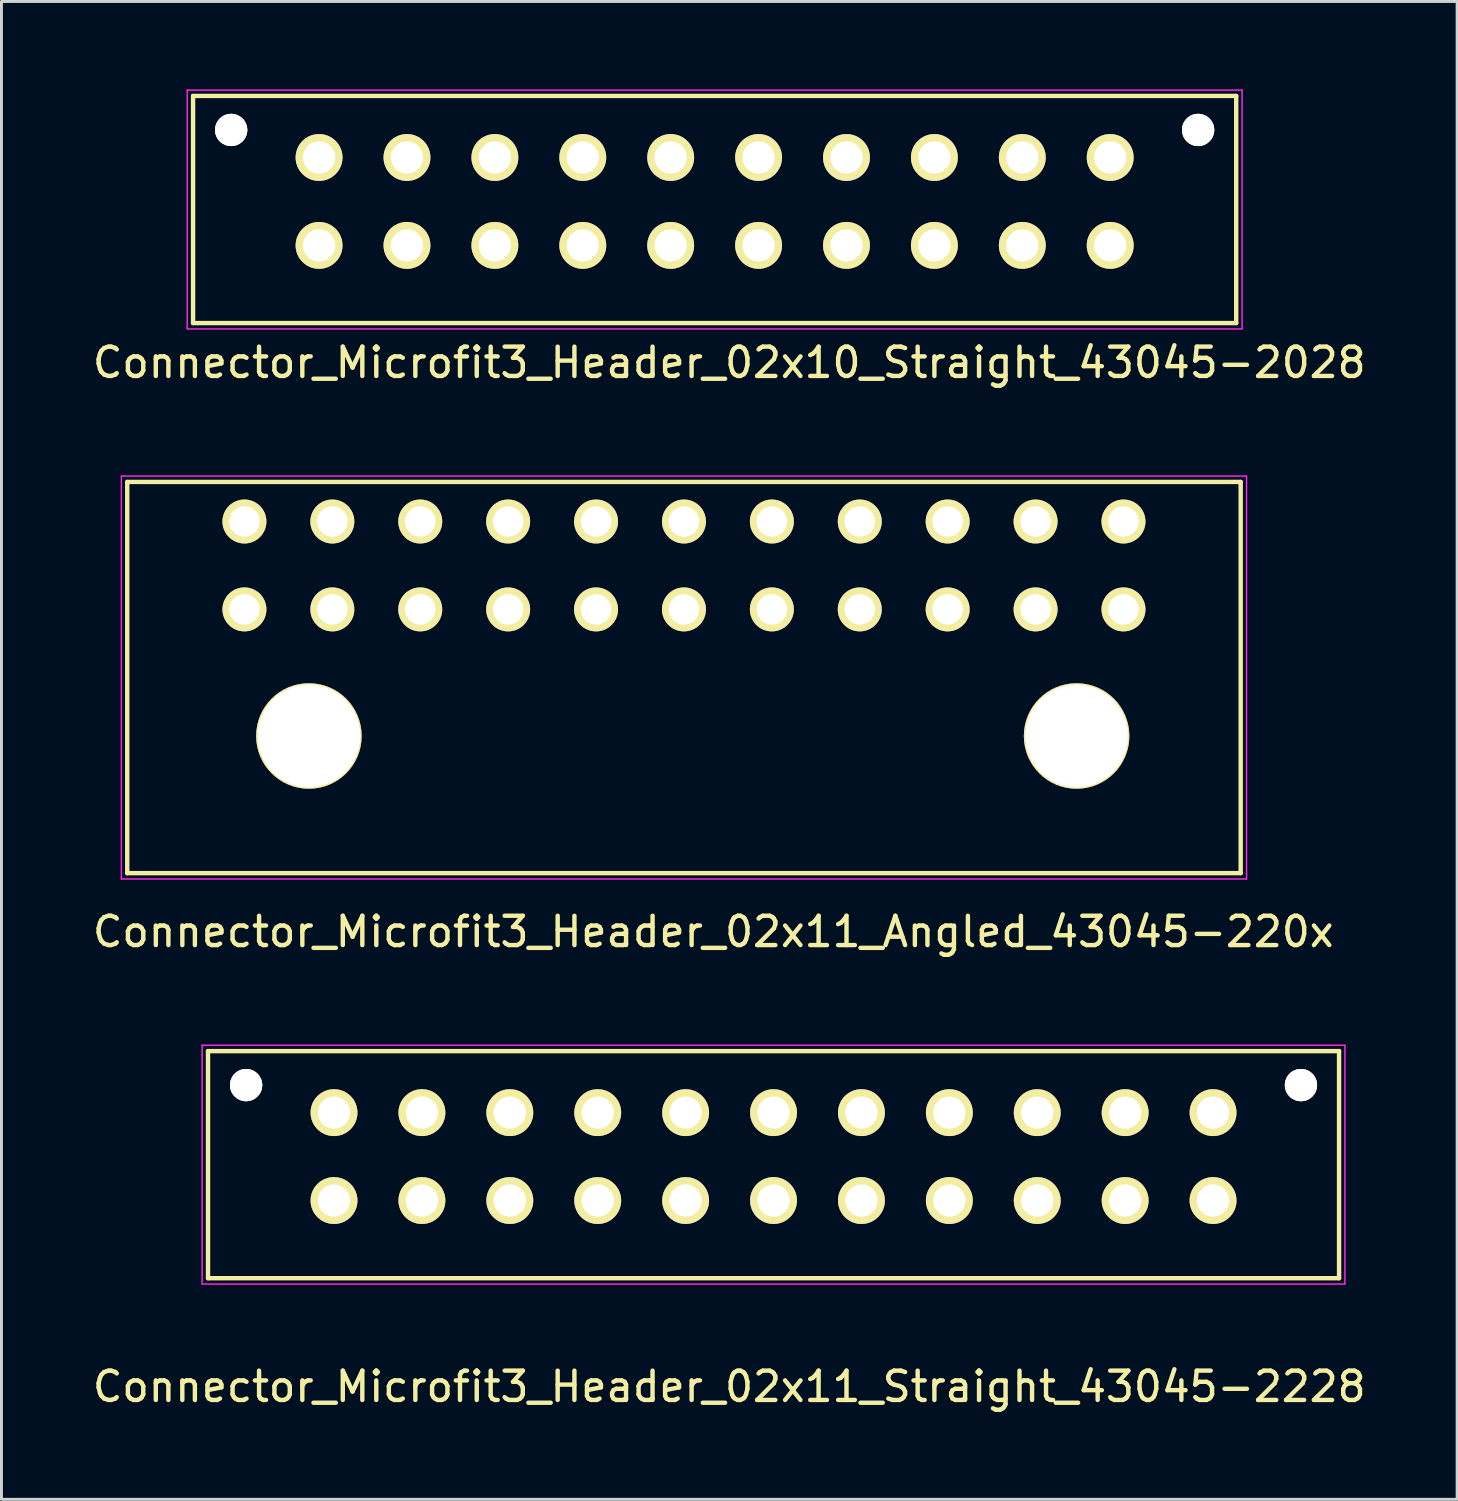
<source format=kicad_pcb>
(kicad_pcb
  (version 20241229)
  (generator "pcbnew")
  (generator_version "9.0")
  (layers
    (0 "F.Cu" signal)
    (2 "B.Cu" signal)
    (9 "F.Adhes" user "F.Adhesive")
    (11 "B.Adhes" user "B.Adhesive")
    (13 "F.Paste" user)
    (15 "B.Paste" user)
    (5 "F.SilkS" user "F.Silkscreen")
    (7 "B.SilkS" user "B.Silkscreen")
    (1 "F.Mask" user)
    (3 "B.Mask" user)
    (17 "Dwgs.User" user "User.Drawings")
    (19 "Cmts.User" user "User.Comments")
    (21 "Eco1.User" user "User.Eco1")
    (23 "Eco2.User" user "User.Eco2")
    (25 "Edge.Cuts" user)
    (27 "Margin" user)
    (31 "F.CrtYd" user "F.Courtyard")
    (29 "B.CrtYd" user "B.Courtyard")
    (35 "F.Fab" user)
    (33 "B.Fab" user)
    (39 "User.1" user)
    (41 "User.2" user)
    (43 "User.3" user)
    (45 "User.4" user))
  (footprint "Connector_Microfit3_Header_02x11_Angled_43045-220x"
    (layer "F.Cu")
    (at 35.292 17.748)
    (property "Reference" "Connector_Microfit3_Header_02x11_Angled_43045-220x" (at -14 11 0) (layer "F.SilkS") (effects (font (size 1 1) (thickness 0.15))))
    (attr through_hole)
    (fp_line (start -34 -4.35) (end 4 -4.35) (stroke (width 0.15) (type solid)) (layer "F.SilkS"))
    (fp_line (start -34 9) (end -34 -4.35) (stroke (width 0.15) (type solid)) (layer "F.SilkS"))
    (fp_line (start 4 -4.35) (end 4 9) (stroke (width 0.15) (type solid)) (layer "F.SilkS"))
    (fp_line (start 4 9) (end -34 9) (stroke (width 0.15) (type solid)) (layer "F.SilkS"))
    (fp_line (start -34.2 -4.55) (end -34.2 9.2) (stroke (width 0.05) (type solid)) (layer "F.CrtYd"))
    (fp_line (start -34.2 9.2) (end 4.2 9.2) (stroke (width 0.05) (type solid)) (layer "F.CrtYd"))
    (fp_line (start 4.2 -4.55) (end -34.2 -4.55) (stroke (width 0.05) (type solid)) (layer "F.CrtYd"))
    (fp_line (start 4.2 9.2) (end 4.2 -4.55) (stroke (width 0.05) (type solid)) (layer "F.CrtYd"))
    (pad "" thru_hole circle (at -27.8 4.32) (size 3.6 3.6) (drill 3.5) (layers "*.Cu" "*.Mask" "F.SilkS"))
    (pad "" thru_hole circle (at -1.6 4.32) (size 3.6 3.6) (drill 3.5) (layers "*.Cu" "*.Mask" "F.SilkS"))
    (pad "1" thru_hole circle (at 0 0) (size 1.5 1.5) (drill 1.04) (layers "*.Cu" "*.Mask" "F.SilkS"))
    (pad "2" thru_hole circle (at -3 0) (size 1.5 1.5) (drill 1.04) (layers "*.Cu" "*.Mask" "F.SilkS"))
    (pad "3" thru_hole circle (at -6 0) (size 1.5 1.5) (drill 1.04) (layers "*.Cu" "*.Mask" "F.SilkS"))
    (pad "4" thru_hole circle (at -9 0) (size 1.5 1.5) (drill 1.04) (layers "*.Cu" "*.Mask" "F.SilkS"))
    (pad "5" thru_hole circle (at -12 0) (size 1.5 1.5) (drill 1.04) (layers "*.Cu" "*.Mask" "F.SilkS"))
    (pad "6" thru_hole circle (at -15 0) (size 1.5 1.5) (drill 1.04) (layers "*.Cu" "*.Mask" "F.SilkS"))
    (pad "7" thru_hole circle (at -18 0) (size 1.5 1.5) (drill 1.04) (layers "*.Cu" "*.Mask" "F.SilkS"))
    (pad "8" thru_hole circle (at -21 0) (size 1.5 1.5) (drill 1.04) (layers "*.Cu" "*.Mask" "F.SilkS"))
    (pad "9" thru_hole circle (at -24 0) (size 1.5 1.5) (drill 1.04) (layers "*.Cu" "*.Mask" "F.SilkS"))
    (pad "10" thru_hole circle (at -27 0) (size 1.5 1.5) (drill 1.04) (layers "*.Cu" "*.Mask" "F.SilkS"))
    (pad "11" thru_hole circle (at -30 0) (size 1.5 1.5) (drill 1.04) (layers "*.Cu" "*.Mask" "F.SilkS"))
    (pad "12" thru_hole circle (at 0 -3) (size 1.5 1.5) (drill 1.04) (layers "*.Cu" "*.Mask" "F.SilkS"))
    (pad "13" thru_hole circle (at -3 -3) (size 1.5 1.5) (drill 1.04) (layers "*.Cu" "*.Mask" "F.SilkS"))
    (pad "14" thru_hole circle (at -6 -3) (size 1.5 1.5) (drill 1.04) (layers "*.Cu" "*.Mask" "F.SilkS"))
    (pad "15" thru_hole circle (at -9 -3) (size 1.5 1.5) (drill 1.04) (layers "*.Cu" "*.Mask" "F.SilkS"))
    (pad "16" thru_hole circle (at -12 -3) (size 1.5 1.5) (drill 1.04) (layers "*.Cu" "*.Mask" "F.SilkS"))
    (pad "17" thru_hole circle (at -15 -3) (size 1.5 1.5) (drill 1.04) (layers "*.Cu" "*.Mask" "F.SilkS"))
    (pad "18" thru_hole circle (at -18 -3) (size 1.5 1.5) (drill 1.04) (layers "*.Cu" "*.Mask" "F.SilkS"))
    (pad "19" thru_hole circle (at -21 -3) (size 1.5 1.5) (drill 1.04) (layers "*.Cu" "*.Mask" "F.SilkS"))
    (pad "20" thru_hole circle (at -24 -3) (size 1.5 1.5) (drill 1.04) (layers "*.Cu" "*.Mask" "F.SilkS"))
    (pad "21" thru_hole circle (at -27 -3) (size 1.5 1.5) (drill 1.04) (layers "*.Cu" "*.Mask" "F.SilkS"))
    (pad "22" thru_hole circle (at -30 -3) (size 1.5 1.5) (drill 1.04) (layers "*.Cu" "*.Mask" "F.SilkS")))
  (footprint "Connector_Microfit3_Header_02x11_Straight_43045-2228"
    (layer "F.Cu")
    (at 38.349 37.922)
    (property "Reference" "Connector_Microfit3_Header_02x11_Straight_43045-2228" (at -16.51 6.35 0) (layer "F.SilkS") (effects (font (size 1 1) (thickness 0.15))))
    (attr through_hole)
    (fp_line (start -34.3 2.65) (end -34.3 -5.1) (stroke (width 0.15) (type solid)) (layer "F.SilkS"))
    (fp_line (start 4.3 -5.1) (end -34.3 -5.1) (stroke (width 0.15) (type solid)) (layer "F.SilkS"))
    (fp_line (start 4.3 2.65) (end -34.3 2.65) (stroke (width 0.15) (type solid)) (layer "F.SilkS"))
    (fp_line (start 4.3 2.65) (end 4.3 -5.1) (stroke (width 0.15) (type solid)) (layer "F.SilkS"))
    (fp_line (start -34.5 2.85) (end -34.5 -5.3) (stroke (width 0.05) (type solid)) (layer "F.CrtYd"))
    (fp_line (start 4.5 -5.3) (end -34.5 -5.3) (stroke (width 0.05) (type solid)) (layer "F.CrtYd"))
    (fp_line (start 4.5 2.85) (end -34.5 2.85) (stroke (width 0.05) (type solid)) (layer "F.CrtYd"))
    (fp_line (start 4.5 2.85) (end 4.5 -5.3) (stroke (width 0.05) (type solid)) (layer "F.CrtYd"))
    (pad "" thru_hole circle (at -33 -3.94) (size 1.1 1.1) (drill 1.1) (layers "*.Cu" "*.Mask" "F.SilkS"))
    (pad "" thru_hole circle (at 3 -3.94) (size 1.1 1.1) (drill 1.1) (layers "*.Cu" "*.Mask" "F.SilkS"))
    (pad "1" thru_hole circle (at 0 0) (size 1.6 1.6) (drill 1.1) (layers "*.Cu" "*.Mask" "F.SilkS"))
    (pad "2" thru_hole circle (at -3 0) (size 1.6 1.6) (drill 1.1) (layers "*.Cu" "*.Mask" "F.SilkS"))
    (pad "3" thru_hole circle (at -6 0) (size 1.6 1.6) (drill 1.1) (layers "*.Cu" "*.Mask" "F.SilkS"))
    (pad "4" thru_hole circle (at -9 0) (size 1.6 1.6) (drill 1.1) (layers "*.Cu" "*.Mask" "F.SilkS"))
    (pad "5" thru_hole circle (at -12 0) (size 1.6 1.6) (drill 1.1) (layers "*.Cu" "*.Mask" "F.SilkS"))
    (pad "6" thru_hole circle (at -15 0) (size 1.6 1.6) (drill 1.1) (layers "*.Cu" "*.Mask" "F.SilkS"))
    (pad "7" thru_hole circle (at -18 0) (size 1.6 1.6) (drill 1.1) (layers "*.Cu" "*.Mask" "F.SilkS"))
    (pad "8" thru_hole circle (at -21 0) (size 1.6 1.6) (drill 1.1) (layers "*.Cu" "*.Mask" "F.SilkS"))
    (pad "9" thru_hole circle (at -24 0) (size 1.6 1.6) (drill 1.1) (layers "*.Cu" "*.Mask" "F.SilkS"))
    (pad "10" thru_hole circle (at -27 0) (size 1.6 1.6) (drill 1.1) (layers "*.Cu" "*.Mask" "F.SilkS"))
    (pad "11" thru_hole circle (at -30 0) (size 1.6 1.6) (drill 1.1) (layers "*.Cu" "*.Mask" "F.SilkS"))
    (pad "12" thru_hole circle (at 0 -3) (size 1.6 1.6) (drill 1.1) (layers "*.Cu" "*.Mask" "F.SilkS"))
    (pad "13" thru_hole circle (at -3 -3) (size 1.6 1.6) (drill 1.1) (layers "*.Cu" "*.Mask" "F.SilkS"))
    (pad "14" thru_hole circle (at -6 -3) (size 1.6 1.6) (drill 1.1) (layers "*.Cu" "*.Mask" "F.SilkS"))
    (pad "15" thru_hole circle (at -9 -3) (size 1.6 1.6) (drill 1.1) (layers "*.Cu" "*.Mask" "F.SilkS"))
    (pad "16" thru_hole circle (at -12 -3) (size 1.6 1.6) (drill 1.1) (layers "*.Cu" "*.Mask" "F.SilkS"))
    (pad "17" thru_hole circle (at -15 -3) (size 1.6 1.6) (drill 1.1) (layers "*.Cu" "*.Mask" "F.SilkS"))
    (pad "18" thru_hole circle (at -18 -3) (size 1.6 1.6) (drill 1.1) (layers "*.Cu" "*.Mask" "F.SilkS"))
    (pad "19" thru_hole circle (at -21 -3) (size 1.6 1.6) (drill 1.1) (layers "*.Cu" "*.Mask" "F.SilkS"))
    (pad "20" thru_hole circle (at -24 -3) (size 1.6 1.6) (drill 1.1) (layers "*.Cu" "*.Mask" "F.SilkS"))
    (pad "21" thru_hole circle (at -27 -3) (size 1.6 1.6) (drill 1.1) (layers "*.Cu" "*.Mask" "F.SilkS"))
    (pad "22" thru_hole circle (at -30 -3) (size 1.6 1.6) (drill 1.1) (layers "*.Cu" "*.Mask" "F.SilkS")))
  (footprint "Connector_Microfit3_Header_02x10_Straight_43045-2028"
    (layer "F.Cu")
    (at 34.839 5.325)
    (property "Reference" "Connector_Microfit3_Header_02x10_Straight_43045-2028" (at -13 4 0) (layer "F.SilkS") (effects (font (size 1 1) (thickness 0.15))))
    (attr through_hole)
    (fp_line (start -31.3 2.65) (end -31.3 -5.1) (stroke (width 0.15) (type solid)) (layer "F.SilkS"))
    (fp_line (start 4.3 -5.1) (end -31.3 -5.1) (stroke (width 0.15) (type solid)) (layer "F.SilkS"))
    (fp_line (start 4.3 2.65) (end -31.3 2.65) (stroke (width 0.15) (type solid)) (layer "F.SilkS"))
    (fp_line (start 4.3 2.65) (end 4.3 -5.1) (stroke (width 0.15) (type solid)) (layer "F.SilkS"))
    (fp_line (start -31.5 2.85) (end -31.5 -5.3) (stroke (width 0.05) (type solid)) (layer "F.CrtYd"))
    (fp_line (start 4.5 -5.3) (end -31.5 -5.3) (stroke (width 0.05) (type solid)) (layer "F.CrtYd"))
    (fp_line (start 4.5 2.85) (end -31.5 2.85) (stroke (width 0.05) (type solid)) (layer "F.CrtYd"))
    (fp_line (start 4.5 2.85) (end 4.5 -5.3) (stroke (width 0.05) (type solid)) (layer "F.CrtYd"))
    (pad "" thru_hole circle (at -30 -3.94) (size 1.1 1.1) (drill 1.1) (layers "*.Cu" "*.Mask" "F.SilkS"))
    (pad "" thru_hole circle (at 3 -3.94) (size 1.1 1.1) (drill 1.1) (layers "*.Cu" "*.Mask" "F.SilkS"))
    (pad "1" thru_hole circle (at 0 0) (size 1.6 1.6) (drill 1.1) (layers "*.Cu" "*.Mask" "F.SilkS"))
    (pad "2" thru_hole circle (at -3 0) (size 1.6 1.6) (drill 1.1) (layers "*.Cu" "*.Mask" "F.SilkS"))
    (pad "3" thru_hole circle (at -6 0) (size 1.6 1.6) (drill 1.1) (layers "*.Cu" "*.Mask" "F.SilkS"))
    (pad "4" thru_hole circle (at -9 0) (size 1.6 1.6) (drill 1.1) (layers "*.Cu" "*.Mask" "F.SilkS"))
    (pad "5" thru_hole circle (at -12 0) (size 1.6 1.6) (drill 1.1) (layers "*.Cu" "*.Mask" "F.SilkS"))
    (pad "6" thru_hole circle (at -15 0) (size 1.6 1.6) (drill 1.1) (layers "*.Cu" "*.Mask" "F.SilkS"))
    (pad "7" thru_hole circle (at -18 0) (size 1.6 1.6) (drill 1.1) (layers "*.Cu" "*.Mask" "F.SilkS"))
    (pad "8" thru_hole circle (at -21 0) (size 1.6 1.6) (drill 1.1) (layers "*.Cu" "*.Mask" "F.SilkS"))
    (pad "9" thru_hole circle (at -24 0) (size 1.6 1.6) (drill 1.1) (layers "*.Cu" "*.Mask" "F.SilkS"))
    (pad "10" thru_hole circle (at -27 0) (size 1.6 1.6) (drill 1.1) (layers "*.Cu" "*.Mask" "F.SilkS"))
    (pad "11" thru_hole circle (at 0 -3) (size 1.6 1.6) (drill 1.1) (layers "*.Cu" "*.Mask" "F.SilkS"))
    (pad "12" thru_hole circle (at -3 -3) (size 1.6 1.6) (drill 1.1) (layers "*.Cu" "*.Mask" "F.SilkS"))
    (pad "13" thru_hole circle (at -6 -3) (size 1.6 1.6) (drill 1.1) (layers "*.Cu" "*.Mask" "F.SilkS"))
    (pad "14" thru_hole circle (at -9 -3) (size 1.6 1.6) (drill 1.1) (layers "*.Cu" "*.Mask" "F.SilkS"))
    (pad "15" thru_hole circle (at -12 -3) (size 1.6 1.6) (drill 1.1) (layers "*.Cu" "*.Mask" "F.SilkS"))
    (pad "16" thru_hole circle (at -15 -3) (size 1.6 1.6) (drill 1.1) (layers "*.Cu" "*.Mask" "F.SilkS"))
    (pad "17" thru_hole circle (at -18 -3) (size 1.6 1.6) (drill 1.1) (layers "*.Cu" "*.Mask" "F.SilkS"))
    (pad "18" thru_hole circle (at -21 -3) (size 1.6 1.6) (drill 1.1) (layers "*.Cu" "*.Mask" "F.SilkS"))
    (pad "19" thru_hole circle (at -24 -3) (size 1.6 1.6) (drill 1.1) (layers "*.Cu" "*.Mask" "F.SilkS"))
    (pad "20" thru_hole circle (at -27 -3) (size 1.6 1.6) (drill 1.1) (layers "*.Cu" "*.Mask" "F.SilkS")))
  (gr_rect
    (start -3 -3)
    (end 46.679 48.12)
    (stroke (width 0.1) (type default))
    (fill no)
    (layer "Edge.Cuts")))
</source>
